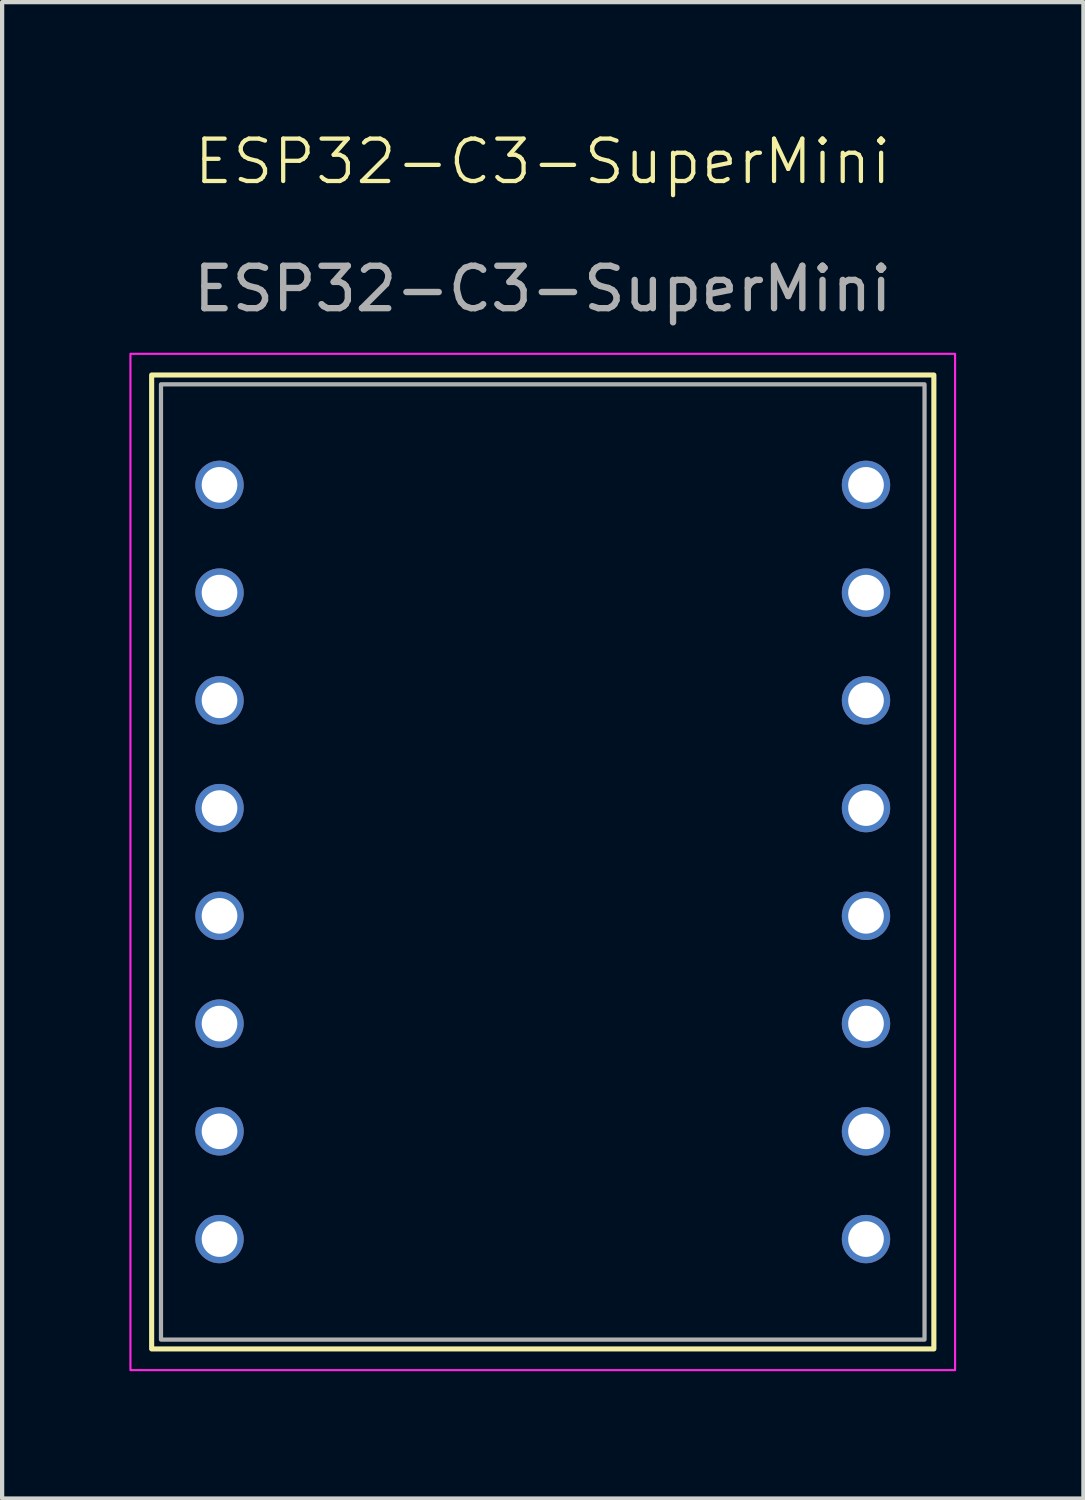
<source format=kicad_pcb>
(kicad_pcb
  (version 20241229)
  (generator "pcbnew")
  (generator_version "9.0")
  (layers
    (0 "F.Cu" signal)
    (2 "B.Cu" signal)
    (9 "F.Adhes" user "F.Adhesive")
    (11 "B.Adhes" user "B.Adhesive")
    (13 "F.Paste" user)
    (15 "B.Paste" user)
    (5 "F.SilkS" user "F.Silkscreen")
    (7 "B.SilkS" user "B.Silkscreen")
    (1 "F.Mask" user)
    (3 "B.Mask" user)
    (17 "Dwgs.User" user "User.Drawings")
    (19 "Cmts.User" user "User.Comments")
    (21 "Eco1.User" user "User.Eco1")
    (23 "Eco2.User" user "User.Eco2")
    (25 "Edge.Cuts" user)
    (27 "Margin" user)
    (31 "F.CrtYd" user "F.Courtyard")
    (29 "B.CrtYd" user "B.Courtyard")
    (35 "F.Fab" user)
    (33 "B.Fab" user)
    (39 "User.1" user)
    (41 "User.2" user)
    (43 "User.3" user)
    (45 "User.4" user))
  (footprint "ESP32-C3-SuperMini"
    (layer "F.Cu")
    (at 9.745 17.27)
    (property "Reference" "ESP32-C3-SuperMini" (at 0 -16.51 0) (unlocked yes) (layer "F.SilkS") (effects (font (size 1 1) (thickness 0.1))))
    (attr through_hole)
    (fp_rect (start -9.22 -11.48) (end 9.22 11.48) (stroke (width 0.12) (type solid)) (fill no) (layer "F.SilkS"))
    (fp_rect (start -9.72 -11.98) (end 9.72 11.98) (stroke (width 0.05) (type default)) (fill no) (layer "F.CrtYd"))
    (fp_rect (start -9 -11.26) (end 9 11.26) (stroke (width 0.1) (type solid)) (fill no) (layer "F.Fab"))
    (fp_text user "${REFERENCE}" (at 0 -13.51 0) (unlocked yes) (layer "F.Fab") (effects (font (size 1 1) (thickness 0.15))))
    (pad "0" thru_hole circle (at 7.62 8.89) (size 1.14 1.14) (drill 0.84) (layers "*.Cu" "*.Mask"))
    (pad "1" thru_hole circle (at 7.62 6.35) (size 1.14 1.14) (drill 0.84) (layers "*.Cu" "*.Mask"))
    (pad "2" thru_hole circle (at 7.62 3.81) (size 1.14 1.14) (drill 0.84) (layers "*.Cu" "*.Mask"))
    (pad "3" thru_hole circle (at 7.62 1.27) (size 1.14 1.14) (drill 0.84) (layers "*.Cu" "*.Mask"))
    (pad "3V3" thru_hole circle (at 7.62 -3.81) (size 1.14 1.14) (drill 0.84) (layers "*.Cu" "*.Mask"))
    (pad "4" thru_hole circle (at 7.62 -1.27) (size 1.14 1.14) (drill 0.84) (layers "*.Cu" "*.Mask"))
    (pad "5" thru_hole circle (at -7.62 -8.89) (size 1.14 1.14) (drill 0.84) (layers "*.Cu" "*.Mask"))
    (pad "5V" thru_hole circle (at 7.62 -8.89) (size 1.14 1.14) (drill 0.84) (layers "*.Cu" "*.Mask"))
    (pad "6" thru_hole circle (at -7.62 -6.35) (size 1.14 1.14) (drill 0.84) (layers "*.Cu" "*.Mask"))
    (pad "7" thru_hole circle (at -7.62 -3.81) (size 1.14 1.14) (drill 0.84) (layers "*.Cu" "*.Mask"))
    (pad "8" thru_hole circle (at -7.62 -1.27) (size 1.14 1.14) (drill 0.84) (layers "*.Cu" "*.Mask"))
    (pad "9" thru_hole circle (at -7.62 1.27) (size 1.14 1.14) (drill 0.84) (layers "*.Cu" "*.Mask"))
    (pad "10" thru_hole circle (at -7.62 3.81) (size 1.14 1.14) (drill 0.84) (layers "*.Cu" "*.Mask"))
    (pad "20" thru_hole circle (at -7.62 6.35) (size 1.14 1.14) (drill 0.84) (layers "*.Cu" "*.Mask"))
    (pad "21" thru_hole circle (at -7.62 8.89) (size 1.14 1.14) (drill 0.84) (layers "*.Cu" "*.Mask"))
    (pad "GND" thru_hole circle (at 7.62 -6.35) (size 1.14 1.14) (drill 0.84) (layers "*.Cu" "*.Mask")))
  (gr_rect
    (start -3 -3)
    (end 22.49 32.276)
    (stroke (width 0.1) (type default))
    (fill no)
    (layer "Edge.Cuts")))
</source>
